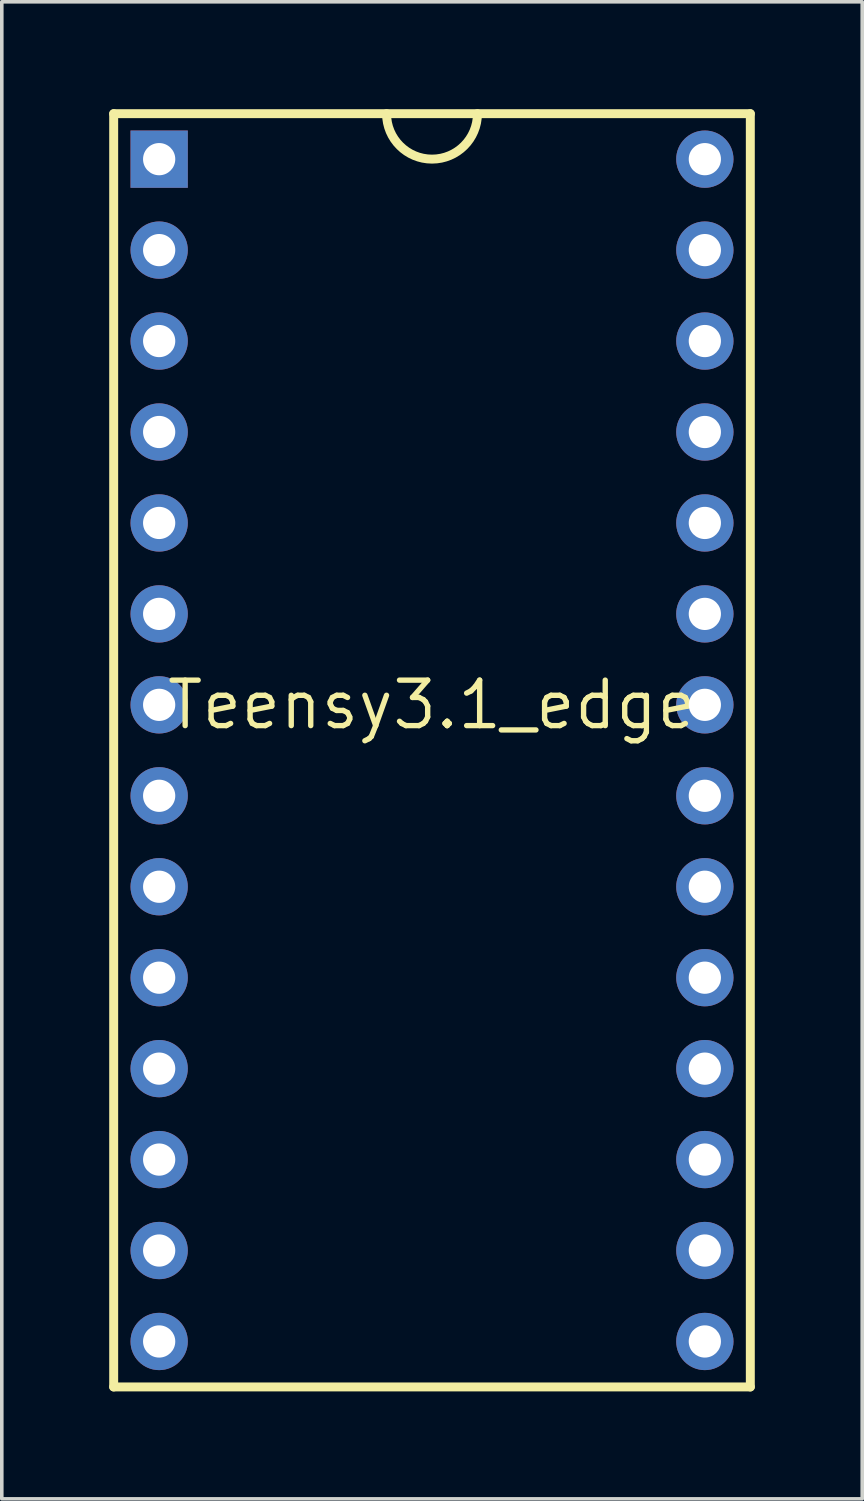
<source format=kicad_pcb>
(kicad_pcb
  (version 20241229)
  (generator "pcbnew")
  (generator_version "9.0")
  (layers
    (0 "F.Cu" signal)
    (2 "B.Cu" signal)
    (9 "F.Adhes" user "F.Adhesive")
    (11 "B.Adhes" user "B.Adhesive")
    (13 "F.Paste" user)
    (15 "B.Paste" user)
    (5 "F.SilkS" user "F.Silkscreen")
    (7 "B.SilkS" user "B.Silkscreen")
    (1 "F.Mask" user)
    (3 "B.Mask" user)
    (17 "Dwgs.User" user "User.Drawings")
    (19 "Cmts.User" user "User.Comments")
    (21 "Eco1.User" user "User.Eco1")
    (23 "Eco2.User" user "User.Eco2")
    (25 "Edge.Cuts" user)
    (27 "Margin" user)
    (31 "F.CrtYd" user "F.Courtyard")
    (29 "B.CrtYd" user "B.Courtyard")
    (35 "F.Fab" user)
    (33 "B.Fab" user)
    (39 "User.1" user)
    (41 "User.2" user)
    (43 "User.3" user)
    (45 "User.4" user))
  (footprint "Teensy3.1_edge"
    (layer "F.Cu")
    (at 9.015 16.635)
    (property "Reference" "Teensy3.1_edge" (at 0 0 0) (layer "F.SilkS") (effects (font (size 1.27 1.27) (thickness 0.15))))
    (fp_line (start -8.89 -16.51) (end -8.89 19.05) (stroke (width 0.25) (type solid)) (layer "F.SilkS"))
    (fp_line (start -8.89 -16.51) (end 8.89 -16.51) (stroke (width 0.25) (type solid)) (layer "F.SilkS"))
    (fp_line (start -8.89 19.05) (end 8.89 19.05) (stroke (width 0.25) (type solid)) (layer "F.SilkS"))
    (fp_line (start 8.89 -16.51) (end 8.89 19.05) (stroke (width 0.25) (type solid)) (layer "F.SilkS"))
    (fp_arc (start 1.269 -16.51) (mid 0 -15.241) (end -1.269 -16.51) (stroke (width 0.25) (type solid)) (layer "F.SilkS"))
    (pad "1" thru_hole rect (at -7.62 -15.24 90) (size 1.6 1.6) (drill 0.9) (layers "*.Cu" "*.Mask"))
    (pad "2" thru_hole circle (at -7.62 -12.7 90) (size 1.6 1.6) (drill 0.9) (layers "*.Cu" "*.Mask"))
    (pad "3" thru_hole circle (at -7.62 -10.16 90) (size 1.6 1.6) (drill 0.9) (layers "*.Cu" "*.Mask"))
    (pad "4" thru_hole circle (at -7.62 -7.62 90) (size 1.6 1.6) (drill 0.9) (layers "*.Cu" "*.Mask"))
    (pad "5" thru_hole circle (at -7.62 -5.08 90) (size 1.6 1.6) (drill 0.9) (layers "*.Cu" "*.Mask"))
    (pad "6" thru_hole circle (at -7.62 -2.54 90) (size 1.6 1.6) (drill 0.9) (layers "*.Cu" "*.Mask"))
    (pad "7" thru_hole circle (at -7.62 0 90) (size 1.6 1.6) (drill 0.9) (layers "*.Cu" "*.Mask"))
    (pad "8" thru_hole circle (at -7.62 2.54 90) (size 1.6 1.6) (drill 0.9) (layers "*.Cu" "*.Mask"))
    (pad "9" thru_hole circle (at -7.62 5.08 90) (size 1.6 1.6) (drill 0.9) (layers "*.Cu" "*.Mask"))
    (pad "10" thru_hole circle (at -7.62 7.62 90) (size 1.6 1.6) (drill 0.9) (layers "*.Cu" "*.Mask"))
    (pad "11" thru_hole circle (at -7.62 10.16 90) (size 1.6 1.6) (drill 0.9) (layers "*.Cu" "*.Mask"))
    (pad "12" thru_hole circle (at -7.62 12.7 90) (size 1.6 1.6) (drill 0.9) (layers "*.Cu" "*.Mask"))
    (pad "13" thru_hole circle (at -7.62 15.24 90) (size 1.6 1.6) (drill 0.9) (layers "*.Cu" "*.Mask"))
    (pad "14" thru_hole circle (at -7.62 17.78) (size 1.6 1.6) (drill 0.9) (layers "*.Cu" "*.Mask"))
    (pad "20" thru_hole circle (at 7.62 17.78 90) (size 1.6 1.6) (drill 0.9) (layers "*.Cu" "*.Mask"))
    (pad "21" thru_hole circle (at 7.62 15.24 90) (size 1.6 1.6) (drill 0.9) (layers "*.Cu" "*.Mask"))
    (pad "22" thru_hole circle (at 7.62 12.7 90) (size 1.6 1.6) (drill 0.9) (layers "*.Cu" "*.Mask"))
    (pad "23" thru_hole circle (at 7.62 10.16 90) (size 1.6 1.6) (drill 0.9) (layers "*.Cu" "*.Mask"))
    (pad "24" thru_hole circle (at 7.62 7.62 90) (size 1.6 1.6) (drill 0.9) (layers "*.Cu" "*.Mask"))
    (pad "25" thru_hole circle (at 7.62 5.08 90) (size 1.6 1.6) (drill 0.9) (layers "*.Cu" "*.Mask"))
    (pad "26" thru_hole circle (at 7.62 2.54 90) (size 1.6 1.6) (drill 0.9) (layers "*.Cu" "*.Mask"))
    (pad "27" thru_hole circle (at 7.62 0 90) (size 1.6 1.6) (drill 0.9) (layers "*.Cu" "*.Mask"))
    (pad "28" thru_hole circle (at 7.62 -2.54 90) (size 1.6 1.6) (drill 0.9) (layers "*.Cu" "*.Mask"))
    (pad "29" thru_hole circle (at 7.62 -5.08 90) (size 1.6 1.6) (drill 0.9) (layers "*.Cu" "*.Mask"))
    (pad "30" thru_hole circle (at 7.62 -7.62 90) (size 1.6 1.6) (drill 0.9) (layers "*.Cu" "*.Mask"))
    (pad "31" thru_hole circle (at 7.62 -10.16 90) (size 1.6 1.6) (drill 0.9) (layers "*.Cu" "*.Mask"))
    (pad "32" thru_hole circle (at 7.62 -12.7) (size 1.6 1.6) (drill 0.9) (layers "*.Cu" "*.Mask"))
    (pad "33" thru_hole circle (at 7.62 -15.24) (size 1.6 1.6) (drill 0.9) (layers "*.Cu" "*.Mask")))
  (gr_rect
    (start -3 -3)
    (end 21.03 38.81)
    (stroke (width 0.1) (type default))
    (fill no)
    (layer "Edge.Cuts")))
</source>
